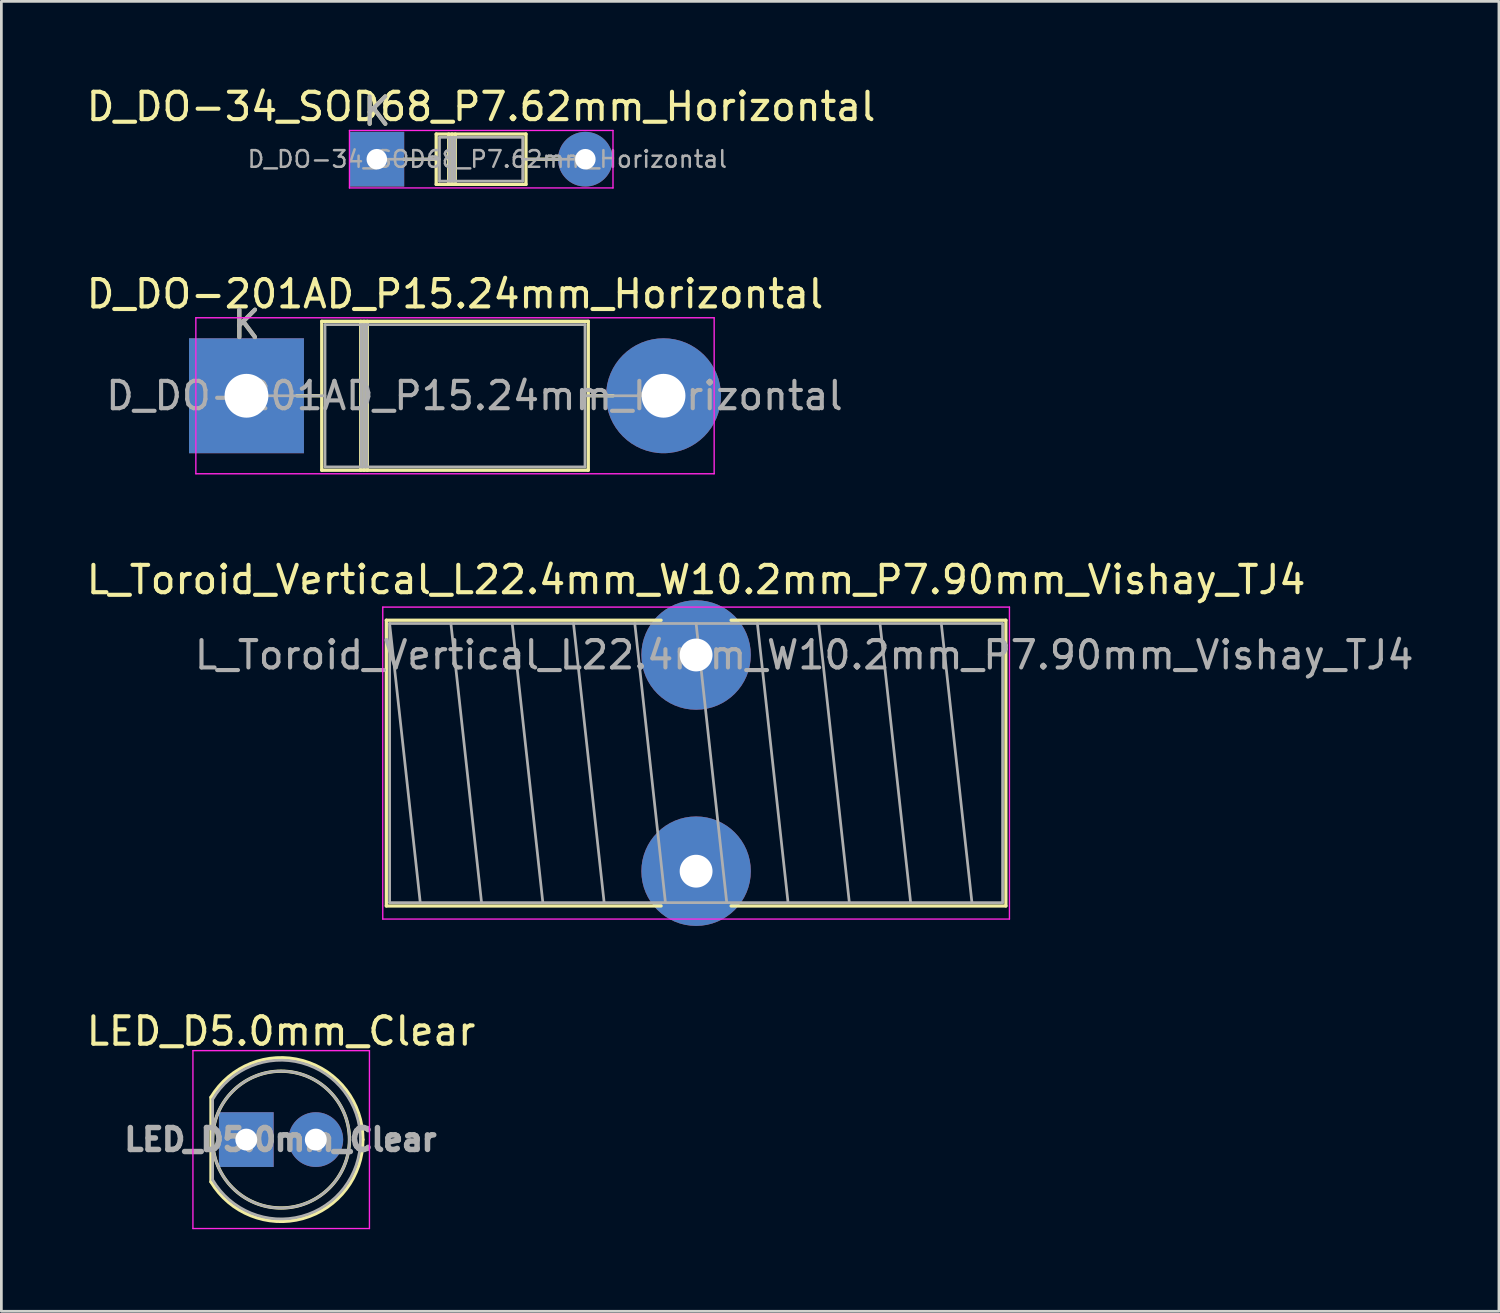
<source format=kicad_pcb>
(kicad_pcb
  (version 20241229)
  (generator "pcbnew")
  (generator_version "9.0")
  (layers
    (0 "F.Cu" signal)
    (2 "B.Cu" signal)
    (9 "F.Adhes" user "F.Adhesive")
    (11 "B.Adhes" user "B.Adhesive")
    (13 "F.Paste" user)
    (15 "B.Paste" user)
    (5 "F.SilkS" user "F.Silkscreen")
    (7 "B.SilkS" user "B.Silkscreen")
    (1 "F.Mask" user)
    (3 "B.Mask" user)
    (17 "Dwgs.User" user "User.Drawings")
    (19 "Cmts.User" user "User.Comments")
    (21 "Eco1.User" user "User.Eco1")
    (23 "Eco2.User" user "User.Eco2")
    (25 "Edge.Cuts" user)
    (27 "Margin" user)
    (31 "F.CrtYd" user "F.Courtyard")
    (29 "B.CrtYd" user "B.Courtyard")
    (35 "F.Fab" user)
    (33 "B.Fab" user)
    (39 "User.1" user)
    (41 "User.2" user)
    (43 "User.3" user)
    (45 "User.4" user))
  (footprint "LED_D5.0mm_Clear"
    (layer "F.Cu")
    (at 5.95 38.593)
    (property "Reference" "LED_D5.0mm_Clear" (at 1.27 -3.96 0) (layer "F.SilkS") (effects (font (size 1 1) (thickness 0.15))))
    (attr through_hole)
    (fp_line (start -1.29 -1.545) (end -1.29 1.545) (stroke (width 0.12) (type solid)) (layer "F.SilkS"))
    (fp_arc (start -1.29 -1.54483) (mid 2.072002 -2.880433) (end 4.26 0.000462) (stroke (width 0.12) (type solid)) (layer "F.SilkS"))
    (fp_arc (start 4.26 -0.000462) (mid 2.072002 2.880433) (end -1.29 1.54483) (stroke (width 0.12) (type solid)) (layer "F.SilkS"))
    (fp_circle (center 1.27 0) (end 3.77 0) (stroke (width 0.12) (type solid)) (fill no) (layer "F.SilkS"))
    (fp_line (start -1.95 -3.25) (end -1.95 3.25) (stroke (width 0.05) (type solid)) (layer "F.CrtYd"))
    (fp_line (start -1.95 3.25) (end 4.5 3.25) (stroke (width 0.05) (type solid)) (layer "F.CrtYd"))
    (fp_line (start 4.5 -3.25) (end -1.95 -3.25) (stroke (width 0.05) (type solid)) (layer "F.CrtYd"))
    (fp_line (start 4.5 3.25) (end 4.5 -3.25) (stroke (width 0.05) (type solid)) (layer "F.CrtYd"))
    (fp_line (start -1.23 -1.47) (end -1.23 1.47) (stroke (width 0.1) (type solid)) (layer "F.Fab"))
    (fp_arc (start -1.23 -1.469694) (mid 4.17 0.000016) (end -1.230016 1.469666) (stroke (width 0.1) (type solid)) (layer "F.Fab"))
    (fp_circle (center 1.27 0) (end 3.77 0) (stroke (width 0.1) (type solid)) (fill no) (layer "F.Fab"))
    (fp_text user "${REFERENCE}" (at 1.25 0 0) (layer "F.Fab") (effects (font (size 0.8 0.8) (thickness 0.2))))
    (pad "1" thru_hole rect (at 0 0) (size 2 2) (drill 0.8) (layers "*.Cu" "*.Mask"))
    (pad "2" thru_hole circle (at 2.54 0) (size 2 2) (drill 0.8) (layers "*.Cu" "*.Mask")))
  (footprint "D_DO-201AD_P15.24mm_Horizontal"
    (layer "F.Cu")
    (at 5.957 11.412)
    (property "Reference" "D_DO-201AD_P15.24mm_Horizontal" (at 7.62 -3.72 0) (layer "F.SilkS") (effects (font (size 1 1) (thickness 0.15))))
    (attr through_hole)
    (fp_line (start 1.84 0) (end 2.75 0) (stroke (width 0.12) (type solid)) (layer "F.SilkS"))
    (fp_line (start 2.75 -2.72) (end 2.75 2.72) (stroke (width 0.12) (type solid)) (layer "F.SilkS"))
    (fp_line (start 2.75 2.72) (end 12.49 2.72) (stroke (width 0.12) (type solid)) (layer "F.SilkS"))
    (fp_line (start 4.175 -2.72) (end 4.175 2.72) (stroke (width 0.12) (type solid)) (layer "F.SilkS"))
    (fp_line (start 4.295 -2.72) (end 4.295 2.72) (stroke (width 0.12) (type solid)) (layer "F.SilkS"))
    (fp_line (start 4.415 -2.72) (end 4.415 2.72) (stroke (width 0.12) (type solid)) (layer "F.SilkS"))
    (fp_line (start 12.49 -2.72) (end 2.75 -2.72) (stroke (width 0.12) (type solid)) (layer "F.SilkS"))
    (fp_line (start 12.49 2.72) (end 12.49 -2.72) (stroke (width 0.12) (type solid)) (layer "F.SilkS"))
    (fp_line (start 13.4 0) (end 12.49 0) (stroke (width 0.12) (type solid)) (layer "F.SilkS"))
    (fp_line (start -1.85 -2.85) (end -1.85 2.85) (stroke (width 0.05) (type solid)) (layer "F.CrtYd"))
    (fp_line (start -1.85 2.85) (end 17.09 2.85) (stroke (width 0.05) (type solid)) (layer "F.CrtYd"))
    (fp_line (start 17.09 -2.85) (end -1.85 -2.85) (stroke (width 0.05) (type solid)) (layer "F.CrtYd"))
    (fp_line (start 17.09 2.85) (end 17.09 -2.85) (stroke (width 0.05) (type solid)) (layer "F.CrtYd"))
    (fp_line (start 0 0) (end 2.87 0) (stroke (width 0.1) (type solid)) (layer "F.Fab"))
    (fp_line (start 2.87 -2.6) (end 2.87 2.6) (stroke (width 0.1) (type solid)) (layer "F.Fab"))
    (fp_line (start 2.87 2.6) (end 12.37 2.6) (stroke (width 0.1) (type solid)) (layer "F.Fab"))
    (fp_line (start 4.195 -2.6) (end 4.195 2.6) (stroke (width 0.1) (type solid)) (layer "F.Fab"))
    (fp_line (start 4.295 -2.6) (end 4.295 2.6) (stroke (width 0.1) (type solid)) (layer "F.Fab"))
    (fp_line (start 4.395 -2.6) (end 4.395 2.6) (stroke (width 0.1) (type solid)) (layer "F.Fab"))
    (fp_line (start 12.37 -2.6) (end 2.87 -2.6) (stroke (width 0.1) (type solid)) (layer "F.Fab"))
    (fp_line (start 12.37 2.6) (end 12.37 -2.6) (stroke (width 0.1) (type solid)) (layer "F.Fab"))
    (fp_line (start 15.24 0) (end 12.37 0) (stroke (width 0.1) (type solid)) (layer "F.Fab"))
    (fp_text user "K" (at 0 -2.6 0) (layer "F.SilkS") (effects (font (size 1 1) (thickness 0.15))))
    (fp_text user "K" (at 0 -2.6 0) (layer "F.Fab") (effects (font (size 1 1) (thickness 0.15))))
    (fp_text user "${REFERENCE}" (at 8.332 0 0) (layer "F.Fab") (effects (font (size 1 1) (thickness 0.15))))
    (pad "1" thru_hole rect (at 0 0) (size 4.2 4.2) (drill 1.6) (layers "*.Cu" "*.Mask"))
    (pad "2" thru_hole oval (at 15.24 0) (size 4.2 4.2) (drill 1.6) (layers "*.Cu" "*.Mask")))
  (footprint "L_Toroid_Vertical_L22.4mm_W10.2mm_P7.90mm_Vishay_TJ4"
    (layer "F.Cu")
    (at 22.387 20.885)
    (property "Reference" "L_Toroid_Vertical_L22.4mm_W10.2mm_P7.90mm_Vishay_TJ4" (at 0 -2.75 0) (layer "F.SilkS") (effects (font (size 1 1) (thickness 0.15))))
    (attr through_hole)
    (fp_line (start -11.32 -1.27) (end -11.32 9.17) (stroke (width 0.12) (type solid)) (layer "F.SilkS"))
    (fp_line (start -11.32 -1.27) (end -1.279 -1.27) (stroke (width 0.12) (type solid)) (layer "F.SilkS"))
    (fp_line (start -11.32 9.17) (end -1.279 9.17) (stroke (width 0.12) (type solid)) (layer "F.SilkS"))
    (fp_line (start 1.279 -1.27) (end 11.32 -1.27) (stroke (width 0.12) (type solid)) (layer "F.SilkS"))
    (fp_line (start 1.279 9.17) (end 11.32 9.17) (stroke (width 0.12) (type solid)) (layer "F.SilkS"))
    (fp_line (start 11.32 -1.27) (end 11.32 9.17) (stroke (width 0.12) (type solid)) (layer "F.SilkS"))
    (fp_line (start -11.45 -1.75) (end -11.45 9.65) (stroke (width 0.05) (type solid)) (layer "F.CrtYd"))
    (fp_line (start -11.45 9.65) (end 11.45 9.65) (stroke (width 0.05) (type solid)) (layer "F.CrtYd"))
    (fp_line (start 11.45 -1.75) (end -11.45 -1.75) (stroke (width 0.05) (type solid)) (layer "F.CrtYd"))
    (fp_line (start 11.45 9.65) (end 11.45 -1.75) (stroke (width 0.05) (type solid)) (layer "F.CrtYd"))
    (fp_line (start -11.2 -1.15) (end -11.2 9.05) (stroke (width 0.1) (type solid)) (layer "F.Fab"))
    (fp_line (start -11.2 -1.15) (end -10.08 9.05) (stroke (width 0.1) (type solid)) (layer "F.Fab"))
    (fp_line (start -11.2 9.05) (end 11.2 9.05) (stroke (width 0.1) (type solid)) (layer "F.Fab"))
    (fp_line (start -8.96 -1.15) (end -7.84 9.05) (stroke (width 0.1) (type solid)) (layer "F.Fab"))
    (fp_line (start -6.72 -1.15) (end -5.6 9.05) (stroke (width 0.1) (type solid)) (layer "F.Fab"))
    (fp_line (start -4.48 -1.15) (end -3.36 9.05) (stroke (width 0.1) (type solid)) (layer "F.Fab"))
    (fp_line (start -2.24 -1.15) (end -1.12 9.05) (stroke (width 0.1) (type solid)) (layer "F.Fab"))
    (fp_line (start 0 -1.15) (end 1.12 9.05) (stroke (width 0.1) (type solid)) (layer "F.Fab"))
    (fp_line (start 2.24 -1.15) (end 3.36 9.05) (stroke (width 0.1) (type solid)) (layer "F.Fab"))
    (fp_line (start 4.48 -1.15) (end 5.6 9.05) (stroke (width 0.1) (type solid)) (layer "F.Fab"))
    (fp_line (start 6.72 -1.15) (end 7.84 9.05) (stroke (width 0.1) (type solid)) (layer "F.Fab"))
    (fp_line (start 8.96 -1.15) (end 10.08 9.05) (stroke (width 0.1) (type solid)) (layer "F.Fab"))
    (fp_line (start 11.2 -1.15) (end -11.2 -1.15) (stroke (width 0.1) (type solid)) (layer "F.Fab"))
    (fp_line (start 11.2 9.05) (end 11.2 -1.15) (stroke (width 0.1) (type solid)) (layer "F.Fab"))
    (fp_text user "${REFERENCE}" (at 3.95 0 0) (layer "F.Fab") (effects (font (size 1 1) (thickness 0.15))))
    (pad "1" thru_hole circle (at 0 0) (size 4 4) (drill 1.2) (layers "*.Cu" "*.Mask"))
    (pad "2" thru_hole circle (at 0 7.9) (size 4 4) (drill 1.2) (layers "*.Cu" "*.Mask")))
  (footprint "D_DO-34_SOD68_P7.62mm_Horizontal"
    (layer "F.Cu")
    (at 10.72 2.768)
    (property "Reference" "D_DO-34_SOD68_P7.62mm_Horizontal" (at 3.81 -1.92 0) (layer "F.SilkS") (effects (font (size 1 1) (thickness 0.15))))
    (attr through_hole)
    (fp_line (start 0.99 0) (end 2.17 0) (stroke (width 0.12) (type solid)) (layer "F.SilkS"))
    (fp_line (start 2.17 -0.92) (end 2.17 0.92) (stroke (width 0.12) (type solid)) (layer "F.SilkS"))
    (fp_line (start 2.17 0.92) (end 5.45 0.92) (stroke (width 0.12) (type solid)) (layer "F.SilkS"))
    (fp_line (start 2.626 -0.92) (end 2.626 0.92) (stroke (width 0.12) (type solid)) (layer "F.SilkS"))
    (fp_line (start 2.746 -0.92) (end 2.746 0.92) (stroke (width 0.12) (type solid)) (layer "F.SilkS"))
    (fp_line (start 2.866 -0.92) (end 2.866 0.92) (stroke (width 0.12) (type solid)) (layer "F.SilkS"))
    (fp_line (start 5.45 -0.92) (end 2.17 -0.92) (stroke (width 0.12) (type solid)) (layer "F.SilkS"))
    (fp_line (start 5.45 0.92) (end 5.45 -0.92) (stroke (width 0.12) (type solid)) (layer "F.SilkS"))
    (fp_line (start 6.63 0) (end 5.45 0) (stroke (width 0.12) (type solid)) (layer "F.SilkS"))
    (fp_line (start -1 -1.05) (end -1 1.05) (stroke (width 0.05) (type solid)) (layer "F.CrtYd"))
    (fp_line (start -1 1.05) (end 8.63 1.05) (stroke (width 0.05) (type solid)) (layer "F.CrtYd"))
    (fp_line (start 8.63 -1.05) (end -1 -1.05) (stroke (width 0.05) (type solid)) (layer "F.CrtYd"))
    (fp_line (start 8.63 1.05) (end 8.63 -1.05) (stroke (width 0.05) (type solid)) (layer "F.CrtYd"))
    (fp_line (start 0 0) (end 2.29 0) (stroke (width 0.1) (type solid)) (layer "F.Fab"))
    (fp_line (start 2.29 -0.8) (end 2.29 0.8) (stroke (width 0.1) (type solid)) (layer "F.Fab"))
    (fp_line (start 2.29 0.8) (end 5.33 0.8) (stroke (width 0.1) (type solid)) (layer "F.Fab"))
    (fp_line (start 2.646 -0.8) (end 2.646 0.8) (stroke (width 0.1) (type solid)) (layer "F.Fab"))
    (fp_line (start 2.746 -0.8) (end 2.746 0.8) (stroke (width 0.1) (type solid)) (layer "F.Fab"))
    (fp_line (start 2.846 -0.8) (end 2.846 0.8) (stroke (width 0.1) (type solid)) (layer "F.Fab"))
    (fp_line (start 5.33 -0.8) (end 2.29 -0.8) (stroke (width 0.1) (type solid)) (layer "F.Fab"))
    (fp_line (start 5.33 0.8) (end 5.33 -0.8) (stroke (width 0.1) (type solid)) (layer "F.Fab"))
    (fp_line (start 7.62 0) (end 5.33 0) (stroke (width 0.1) (type solid)) (layer "F.Fab"))
    (fp_text user "K" (at 0 -1.75 0) (layer "F.SilkS") (effects (font (size 1 1) (thickness 0.15))))
    (fp_text user "K" (at 0 -1.75 0) (layer "F.Fab") (effects (font (size 1 1) (thickness 0.15))))
    (fp_text user "${REFERENCE}" (at 4.038 0 0) (layer "F.Fab") (effects (font (size 0.608 0.608) (thickness 0.091))))
    (pad "1" thru_hole oval (at 7.62 0) (size 2 2) (drill 0.75) (layers "*.Cu" "*.Mask"))
    (pad "2" thru_hole rect (at 0 0) (size 2 2) (drill 0.75) (layers "*.Cu" "*.Mask")))
  (gr_rect
    (start -3 -3)
    (end 51.724 44.868)
    (stroke (width 0.1) (type default))
    (fill no)
    (layer "Edge.Cuts")))
</source>
